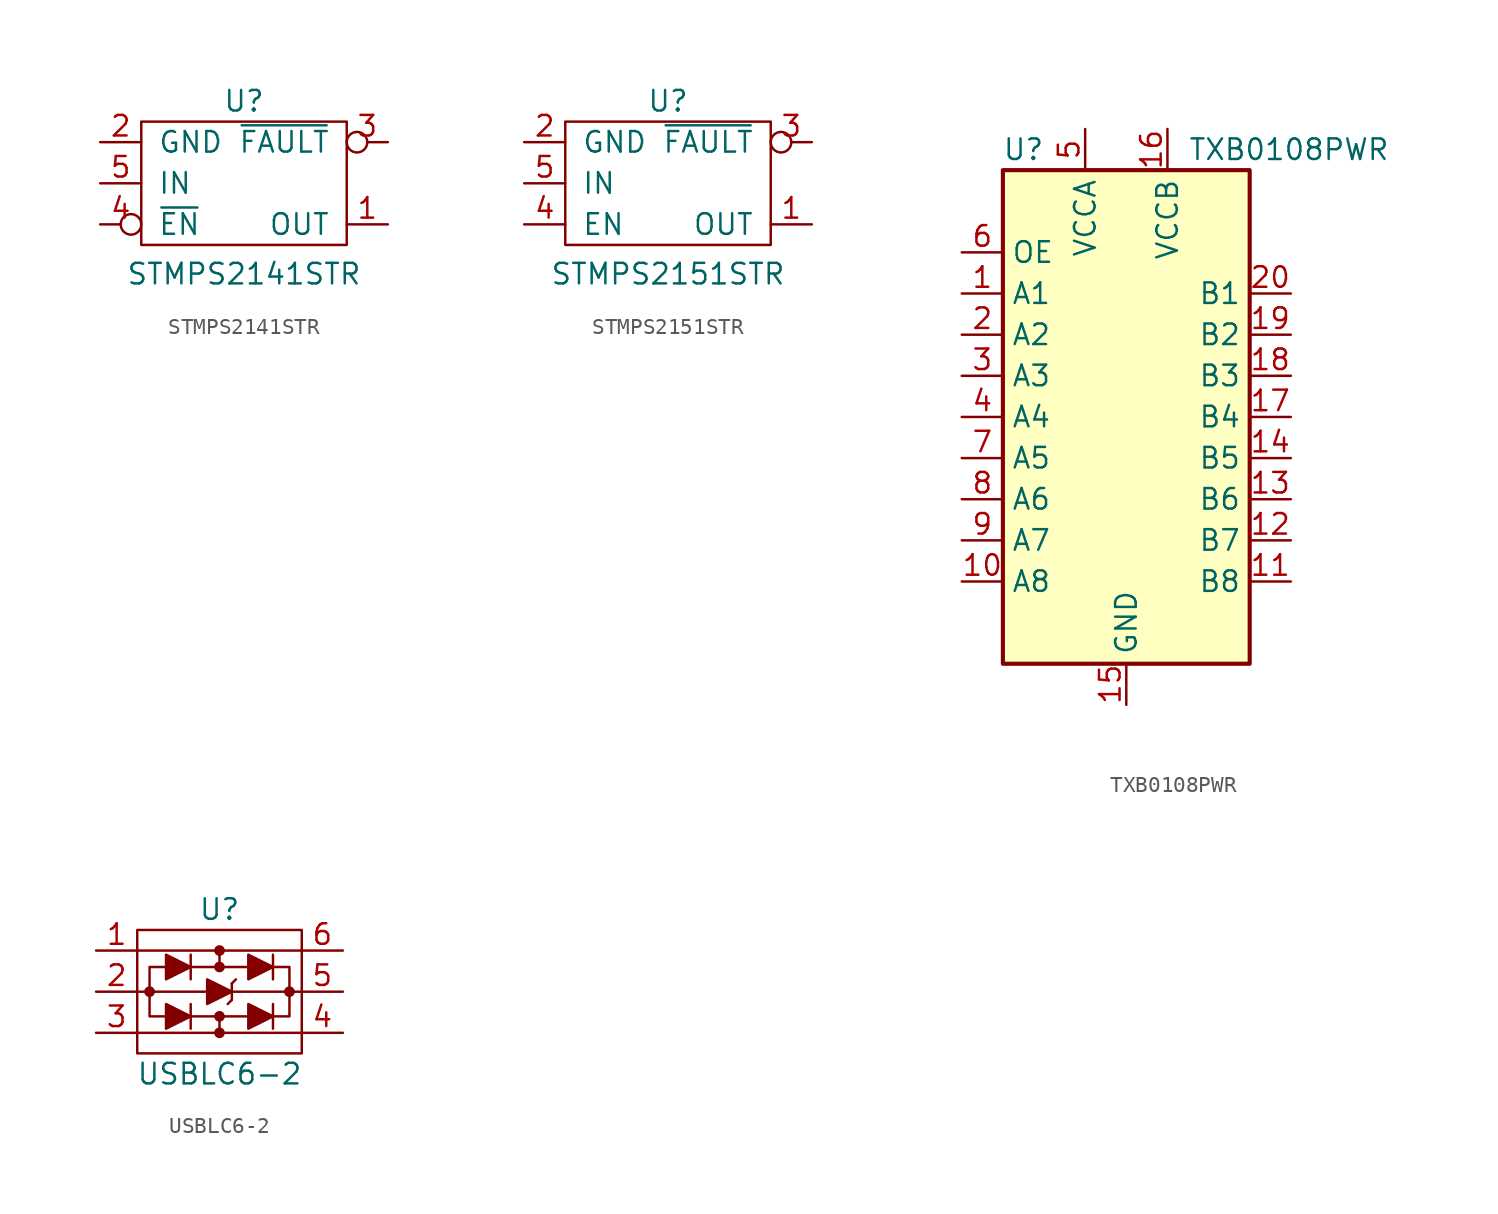
<source format=kicad_sym>
(kicad_symbol_lib
  (version 20211014)
  (generator kicad_symbol_editor)
  (symbol "STMPS2141STR"
    (pin_names
      (offset 1.016))
    (property "Reference" "U"
      (at 0 5.08 0)
      (effects (font (size 1.27 1.27))))
    (property "Value" "STMPS2141STR"
      (at 0 -6.35 0)
      (effects (font (size 1.27 1.27)) (justify bottom)))
    (symbol "STMPS2141STR_0_1"
      (rectangle (start 6.35 -3.81) (end -6.35 3.81) (stroke (width 0) (type default) (color 0 0 0 0)) (fill (type none)))
      (pin power_out line (at 8.89 -2.54 180) (length 2.54) (name "OUT" (effects (font (size 1.27 1.27)))) (number "1" (effects (font (size 1.27 1.27)))))
      (pin power_in line (at -8.89 2.54 0) (length 2.54) (name "GND" (effects (font (size 1.27 1.27)))) (number "2" (effects (font (size 1.27 1.27)))))
      (pin input inverted (at -8.89 -2.54 0) (length 2.54) (name "~{EN}" (effects (font (size 1.27 1.27)))) (number "4" (effects (font (size 1.27 1.27)))))
      (pin power_in line (at -8.89 0 0) (length 2.54) (name "IN" (effects (font (size 1.27 1.27)))) (number "5" (effects (font (size 1.27 1.27))))))
    (symbol "STMPS2141STR_1_1"
      (pin output inverted (at 8.89 2.54 180) (length 2.54) (name "~{FAULT}" (effects (font (size 1.27 1.27)))) (number "3" (effects (font (size 1.27 1.27)))))))
  (symbol "STMPS2151STR"
    (pin_names
      (offset 1.016))
    (property "Reference" "U"
      (at 0 5.08 0)
      (effects (font (size 1.27 1.27))))
    (property "Value" "STMPS2151STR"
      (at 0 -6.35 0)
      (effects (font (size 1.27 1.27)) (justify bottom)))
    (symbol "STMPS2151STR_0_1"
      (rectangle (start 6.35 -3.81) (end -6.35 3.81) (stroke (width 0) (type default) (color 0 0 0 0)) (fill (type none)))
      (pin power_out line (at 8.89 -2.54 180) (length 2.54) (name "OUT" (effects (font (size 1.27 1.27)))) (number "1" (effects (font (size 1.27 1.27)))))
      (pin power_in line (at -8.89 2.54 0) (length 2.54) (name "GND" (effects (font (size 1.27 1.27)))) (number "2" (effects (font (size 1.27 1.27)))))
      (pin input line (at -8.89 -2.54 0) (length 2.54) (name "EN" (effects (font (size 1.27 1.27)))) (number "4" (effects (font (size 1.27 1.27)))))
      (pin power_in line (at -8.89 0 0) (length 2.54) (name "IN" (effects (font (size 1.27 1.27)))) (number "5" (effects (font (size 1.27 1.27))))))
    (symbol "STMPS2151STR_1_1"
      (pin output inverted (at 8.89 2.54 180) (length 2.54) (name "~{FAULT}" (effects (font (size 1.27 1.27)))) (number "3" (effects (font (size 1.27 1.27)))))))
  (symbol "TXB0108PWR"
    (property "Reference" "U"
      (at -6.35 16.51 0)
      (effects (font (size 1.27 1.27))))
    (property "Value" "TXB0108PWR"
      (at 3.81 16.51 0)
      (effects (font (size 1.27 1.27)) (justify left)))
    (symbol "TXB0108PWR_0_1"
      (rectangle (start -7.62 15.24) (end 7.62 -15.24) (stroke (width 0.254) (type default) (color 0 0 0 0)) (fill (type background))))
    (symbol "TXB0108PWR_1_1"
      (pin bidirectional line (at -10.16 7.62 0) (length 2.54) (name "A1" (effects (font (size 1.27 1.27)))) (number "1" (effects (font (size 1.27 1.27)))))
      (pin bidirectional line (at -10.16 -10.16 0) (length 2.54) (name "A8" (effects (font (size 1.27 1.27)))) (number "10" (effects (font (size 1.27 1.27)))))
      (pin bidirectional line (at 10.16 -10.16 180) (length 2.54) (name "B8" (effects (font (size 1.27 1.27)))) (number "11" (effects (font (size 1.27 1.27)))))
      (pin bidirectional line (at 10.16 -7.62 180) (length 2.54) (name "B7" (effects (font (size 1.27 1.27)))) (number "12" (effects (font (size 1.27 1.27)))))
      (pin bidirectional line (at 10.16 -5.08 180) (length 2.54) (name "B6" (effects (font (size 1.27 1.27)))) (number "13" (effects (font (size 1.27 1.27)))))
      (pin bidirectional line (at 10.16 -2.54 180) (length 2.54) (name "B5" (effects (font (size 1.27 1.27)))) (number "14" (effects (font (size 1.27 1.27)))))
      (pin power_in line (at 0 -17.78 90) (length 2.54) (name "GND" (effects (font (size 1.27 1.27)))) (number "15" (effects (font (size 1.27 1.27)))))
      (pin power_in line (at 2.54 17.78 270) (length 2.54) (name "VCCB" (effects (font (size 1.27 1.27)))) (number "16" (effects (font (size 1.27 1.27)))))
      (pin bidirectional line (at 10.16 0 180) (length 2.54) (name "B4" (effects (font (size 1.27 1.27)))) (number "17" (effects (font (size 1.27 1.27)))))
      (pin bidirectional line (at 10.16 2.54 180) (length 2.54) (name "B3" (effects (font (size 1.27 1.27)))) (number "18" (effects (font (size 1.27 1.27)))))
      (pin bidirectional line (at 10.16 5.08 180) (length 2.54) (name "B2" (effects (font (size 1.27 1.27)))) (number "19" (effects (font (size 1.27 1.27)))))
      (pin bidirectional line (at -10.16 5.08 0) (length 2.54) (name "A2" (effects (font (size 1.27 1.27)))) (number "2" (effects (font (size 1.27 1.27)))))
      (pin bidirectional line (at 10.16 7.62 180) (length 2.54) (name "B1" (effects (font (size 1.27 1.27)))) (number "20" (effects (font (size 1.27 1.27)))))
      (pin bidirectional line (at -10.16 2.54 0) (length 2.54) (name "A3" (effects (font (size 1.27 1.27)))) (number "3" (effects (font (size 1.27 1.27)))))
      (pin bidirectional line (at -10.16 0 0) (length 2.54) (name "A4" (effects (font (size 1.27 1.27)))) (number "4" (effects (font (size 1.27 1.27)))))
      (pin power_in line (at -2.54 17.78 270) (length 2.54) (name "VCCA" (effects (font (size 1.27 1.27)))) (number "5" (effects (font (size 1.27 1.27)))))
      (pin input line (at -10.16 10.16 0) (length 2.54) (name "OE" (effects (font (size 1.27 1.27)))) (number "6" (effects (font (size 1.27 1.27)))))
      (pin bidirectional line (at -10.16 -2.54 0) (length 2.54) (name "A5" (effects (font (size 1.27 1.27)))) (number "7" (effects (font (size 1.27 1.27)))))
      (pin bidirectional line (at -10.16 -5.08 0) (length 2.54) (name "A6" (effects (font (size 1.27 1.27)))) (number "8" (effects (font (size 1.27 1.27)))))
      (pin bidirectional line (at -10.16 -7.62 0) (length 2.54) (name "A7" (effects (font (size 1.27 1.27)))) (number "9" (effects (font (size 1.27 1.27)))))))
  (symbol "USBLC6-2"
    (pin_names
      (offset 1.016))
    (property "Reference" "U"
      (at 0 5.08 0)
      (effects (font (size 1.27 1.27))))
    (property "Value" "USBLC6-2"
      (at 0 -5.08 0)
      (effects (font (size 1.27 1.27))))
    (symbol "USBLC6-2_0_1"
      (rectangle (start -5.08 3.81) (end 5.08 -3.81) (stroke (width 0) (type default) (color 0 0 0 0)) (fill (type none)))
      (circle (center -4.318 0) (radius 0.254) (stroke (width 0) (type default) (color 0 0 0 0)) (fill (type outline)))
      (circle (center 0 -2.54) (radius 0.254) (stroke (width 0) (type default) (color 0 0 0 0)) (fill (type outline)))
      (circle (center 0 -1.524) (radius 0.254) (stroke (width 0) (type default) (color 0 0 0 0)) (fill (type outline)))
      (polyline (pts (xy -4.318 0) (xy -5.08 0)) (stroke (width 0) (type default) (color 0 0 0 0)) (fill (type none)))
      (polyline (pts (xy -1.778 -1.524) (xy 1.778 -1.524)) (stroke (width 0) (type default) (color 0 0 0 0)) (fill (type none)))
      (polyline (pts (xy -1.778 -0.762) (xy -1.778 -2.286)) (stroke (width 0) (type default) (color 0 0 0 0)) (fill (type none)))
      (polyline (pts (xy -1.778 0.762) (xy -1.778 2.286)) (stroke (width 0) (type default) (color 0 0 0 0)) (fill (type none)))
      (polyline (pts (xy -1.778 1.524) (xy 1.778 1.524)) (stroke (width 0) (type default) (color 0 0 0 0)) (fill (type none)))
      (polyline (pts (xy -0.762 0) (xy -4.318 0)) (stroke (width 0) (type default) (color 0 0 0 0)) (fill (type none)))
      (polyline (pts (xy 0 -2.54) (xy 0 -1.524)) (stroke (width 0) (type default) (color 0 0 0 0)) (fill (type none)))
      (polyline (pts (xy 0 2.54) (xy 0 1.524)) (stroke (width 0) (type default) (color 0 0 0 0)) (fill (type none)))
      (polyline (pts (xy 0.762 -0.508) (xy 0.508 -0.762)) (stroke (width 0) (type default) (color 0 0 0 0)) (fill (type none)))
      (polyline (pts (xy 0.762 0) (xy 4.318 0)) (stroke (width 0) (type default) (color 0 0 0 0)) (fill (type none)))
      (polyline (pts (xy 0.762 0.508) (xy 0.762 -0.508)) (stroke (width 0) (type default) (color 0 0 0 0)) (fill (type none)))
      (polyline (pts (xy 0.762 0.508) (xy 1.016 0.762)) (stroke (width 0) (type default) (color 0 0 0 0)) (fill (type none)))
      (polyline (pts (xy 3.302 -0.762) (xy 3.302 -2.286)) (stroke (width 0) (type default) (color 0 0 0 0)) (fill (type none)))
      (polyline (pts (xy 3.302 0.762) (xy 3.302 2.286)) (stroke (width 0) (type default) (color 0 0 0 0)) (fill (type none)))
      (polyline (pts (xy 5.08 -2.54) (xy -5.08 -2.54)) (stroke (width 0) (type default) (color 0 0 0 0)) (fill (type none)))
      (polyline (pts (xy 5.08 0) (xy 4.318 0)) (stroke (width 0) (type default) (color 0 0 0 0)) (fill (type none)))
      (polyline (pts (xy 5.08 2.54) (xy -5.08 2.54)) (stroke (width 0) (type default) (color 0 0 0 0)) (fill (type none)))
      (polyline (pts (xy -3.302 -0.762) (xy -3.302 -2.286) (xy -1.778 -1.524) (xy -3.302 -0.762)) (stroke (width 0) (type default) (color 0 0 0 0)) (fill (type outline)))
      (polyline (pts (xy -3.302 1.524) (xy -4.318 1.524) (xy -4.318 -1.524) (xy -3.302 -1.524)) (stroke (width 0) (type default) (color 0 0 0 0)) (fill (type none)))
      (polyline (pts (xy -3.302 2.286) (xy -3.302 0.762) (xy -1.778 1.524) (xy -3.302 2.286)) (stroke (width 0) (type default) (color 0 0 0 0)) (fill (type outline)))
      (polyline (pts (xy -0.762 0.762) (xy -0.762 -0.762) (xy 0.762 0) (xy -0.762 0.762)) (stroke (width 0) (type default) (color 0 0 0 0)) (fill (type outline)))
      (polyline (pts (xy 1.778 -0.762) (xy 1.778 -2.286) (xy 3.302 -1.524) (xy 1.778 -0.762)) (stroke (width 0) (type default) (color 0 0 0 0)) (fill (type outline)))
      (polyline (pts (xy 1.778 2.286) (xy 1.778 0.762) (xy 3.302 1.524) (xy 1.778 2.286)) (stroke (width 0) (type default) (color 0 0 0 0)) (fill (type outline)))
      (polyline (pts (xy 3.302 1.524) (xy 4.318 1.524) (xy 4.318 -1.524) (xy 3.302 -1.524)) (stroke (width 0) (type default) (color 0 0 0 0)) (fill (type none)))
      (circle (center 0 1.524) (radius 0.254) (stroke (width 0) (type default) (color 0 0 0 0)) (fill (type outline)))
      (circle (center 0 2.54) (radius 0.254) (stroke (width 0) (type default) (color 0 0 0 0)) (fill (type outline)))
      (circle (center 4.318 0) (radius 0.254) (stroke (width 0) (type default) (color 0 0 0 0)) (fill (type outline)))
      (pin passive line (at -7.62 2.54 0) (length 2.54) (name "" (effects (font (size 1.27 1.27)))) (number "1" (effects (font (size 1.27 1.27)))))
      (pin power_in line (at -7.62 0 0) (length 2.54) (name "" (effects (font (size 1.27 1.27)))) (number "2" (effects (font (size 1.27 1.27)))))
      (pin passive line (at -7.62 -2.54 0) (length 2.54) (name "" (effects (font (size 1.27 1.27)))) (number "3" (effects (font (size 1.27 1.27)))))
      (pin passive line (at 7.62 -2.54 180) (length 2.54) (name "" (effects (font (size 1.27 1.27)))) (number "4" (effects (font (size 1.27 1.27)))))
      (pin power_in line (at 7.62 0 180) (length 2.54) (name "" (effects (font (size 1.27 1.27)))) (number "5" (effects (font (size 1.27 1.27)))))
      (pin passive line (at 7.62 2.54 180) (length 2.54) (name "" (effects (font (size 1.27 1.27)))) (number "6" (effects (font (size 1.27 1.27))))))))
</source>
